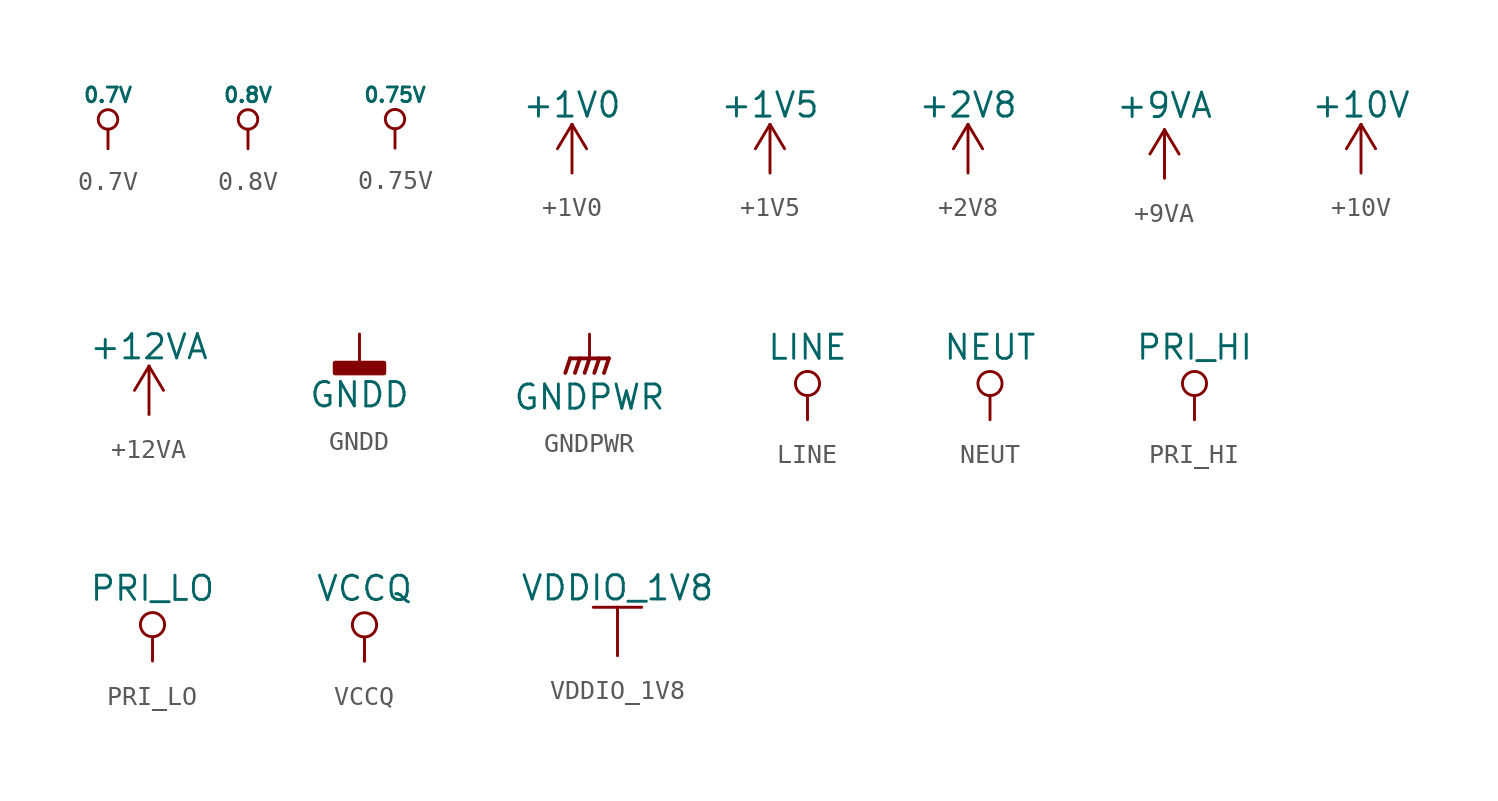
<source format=kicad_sym>
(kicad_symbol_lib
  (version 20220102)
  (generator kicad_symbol_editor)
  (symbol "0.7V"
    (power)
    (pin_names
      (offset 0))
    (property "Reference" "#PWR"
      (at 0 2.54 0)
      (effects (font (size 0.762 0.762)) hide))
    (property "Value" "0.7V"
      (at 0 2.794 0)
      (effects (font (size 0.762 0.762))))
    (symbol "0.7V_0_0"
      (pin power_in line (at 0 0 90) (length 0) hide (name "0.7V" (effects (font (size 1.016 1.016)))) (number "1" (effects (font (size 1.016 1.016))))))
    (symbol "0.7V_0_1"
      (polyline (pts (xy 0 0) (xy 0 1.016) (xy 0 1.016)) (stroke (width 0) (type default)) (fill (type none)))
      (circle (center 0 1.524) (radius 0.508) (stroke (width 0) (type default)) (fill (type none)))))
  (symbol "0.8V"
    (power)
    (pin_names
      (offset 0))
    (property "Reference" "#PWR"
      (at 0 2.54 0)
      (effects (font (size 0.762 0.762)) hide))
    (property "Value" "0.8V"
      (at 0 2.794 0)
      (effects (font (size 0.762 0.762))))
    (symbol "0.8V_0_0"
      (pin power_in line (at 0 0 90) (length 0) hide (name "0.8V" (effects (font (size 1.016 1.016)))) (number "1" (effects (font (size 1.016 1.016))))))
    (symbol "0.8V_0_1"
      (polyline (pts (xy 0 0) (xy 0 1.016) (xy 0 1.016)) (stroke (width 0) (type default)) (fill (type none)))
      (circle (center 0 1.524) (radius 0.508) (stroke (width 0) (type default)) (fill (type none)))))
  (symbol "0.75V"
    (power)
    (pin_names
      (offset 0))
    (property "Reference" "#PWR"
      (at 0 2.54 0)
      (effects (font (size 0.762 0.762)) hide))
    (property "Value" "0.75V"
      (at 0 2.794 0)
      (effects (font (size 0.762 0.762))))
    (symbol "0.75V_0_0"
      (pin power_in line (at 0 0 90) (length 0) hide (name "0.75V" (effects (font (size 1.016 1.016)))) (number "1" (effects (font (size 1.016 1.016))))))
    (symbol "0.75V_0_1"
      (polyline (pts (xy 0 0) (xy 0 1.016) (xy 0 1.016)) (stroke (width 0) (type default)) (fill (type none)))
      (circle (center 0 1.524) (radius 0.508) (stroke (width 0) (type default)) (fill (type none)))))
  (symbol "+1V0"
    (power)
    (pin_names
      (offset 0))
    (property "Reference" "#PWR"
      (at 0 -3.81 0)
      (effects (font (size 1.27 1.27)) hide))
    (property "Value" "+1V0"
      (at 0 3.556 0)
      (effects (font (size 1.27 1.27))))
    (symbol "+1V0_0_1"
      (polyline (pts (xy -0.762 1.27) (xy 0 2.54)) (stroke (width 0) (type default)) (fill (type none)))
      (polyline (pts (xy 0 0) (xy 0 2.54)) (stroke (width 0) (type default)) (fill (type none)))
      (polyline (pts (xy 0 2.54) (xy 0.762 1.27)) (stroke (width 0) (type default)) (fill (type none))))
    (symbol "+1V0_1_1"
      (pin power_in line (at 0 0 90) (length 0) hide (name "+1V0" (effects (font (size 1.27 1.27)))) (number "1" (effects (font (size 1.27 1.27)))))))
  (symbol "+1V5"
    (power)
    (pin_names
      (offset 0))
    (property "Reference" "#PWR"
      (at 0 -3.81 0)
      (effects (font (size 1.27 1.27)) hide))
    (property "Value" "+1V5"
      (at 0 3.556 0)
      (effects (font (size 1.27 1.27))))
    (symbol "+1V5_0_1"
      (polyline (pts (xy -0.762 1.27) (xy 0 2.54)) (stroke (width 0) (type default)) (fill (type none)))
      (polyline (pts (xy 0 0) (xy 0 2.54)) (stroke (width 0) (type default)) (fill (type none)))
      (polyline (pts (xy 0 2.54) (xy 0.762 1.27)) (stroke (width 0) (type default)) (fill (type none))))
    (symbol "+1V5_1_1"
      (pin power_in line (at 0 0 90) (length 0) hide (name "+1V5" (effects (font (size 1.27 1.27)))) (number "1" (effects (font (size 1.27 1.27)))))))
  (symbol "+2V8"
    (power)
    (pin_names
      (offset 0))
    (property "Reference" "#PWR"
      (at 0 -3.81 0)
      (effects (font (size 1.27 1.27)) hide))
    (property "Value" "+2V8"
      (at 0 3.556 0)
      (effects (font (size 1.27 1.27))))
    (symbol "+2V8_0_1"
      (polyline (pts (xy -0.762 1.27) (xy 0 2.54)) (stroke (width 0) (type default)) (fill (type none)))
      (polyline (pts (xy 0 0) (xy 0 2.54)) (stroke (width 0) (type default)) (fill (type none)))
      (polyline (pts (xy 0 2.54) (xy 0.762 1.27)) (stroke (width 0) (type default)) (fill (type none))))
    (symbol "+2V8_1_1"
      (pin power_in line (at 0 0 90) (length 0) hide (name "+2V8" (effects (font (size 1.27 1.27)))) (number "1" (effects (font (size 1.27 1.27)))))))
  (symbol "+9VA"
    (power)
    (pin_names
      (offset 0))
    (property "Reference" "#PWR"
      (at 0 -3.175 0)
      (effects (font (size 1.27 1.27)) hide))
    (property "Value" "+9VA"
      (at 0 3.81 0)
      (effects (font (size 1.27 1.27))))
    (symbol "+9VA_0_1"
      (polyline (pts (xy -0.762 1.27) (xy 0 2.54)) (stroke (width 0) (type default)) (fill (type none)))
      (polyline (pts (xy 0 0) (xy 0 2.54)) (stroke (width 0) (type default)) (fill (type none)))
      (polyline (pts (xy 0 2.54) (xy 0.762 1.27)) (stroke (width 0) (type default)) (fill (type none))))
    (symbol "+9VA_1_1"
      (pin power_in line (at 0 0 90) (length 0) hide (name "+9VA" (effects (font (size 1.27 1.27)))) (number "1" (effects (font (size 1.27 1.27)))))))
  (symbol "+10V"
    (power)
    (pin_names
      (offset 0))
    (property "Reference" "#PWR"
      (at 0 -3.81 0)
      (effects (font (size 1.27 1.27)) hide))
    (property "Value" "+10V"
      (at 0 3.556 0)
      (effects (font (size 1.27 1.27))))
    (symbol "+10V_0_1"
      (polyline (pts (xy -0.762 1.27) (xy 0 2.54)) (stroke (width 0) (type default)) (fill (type none)))
      (polyline (pts (xy 0 0) (xy 0 2.54)) (stroke (width 0) (type default)) (fill (type none)))
      (polyline (pts (xy 0 2.54) (xy 0.762 1.27)) (stroke (width 0) (type default)) (fill (type none))))
    (symbol "+10V_1_1"
      (pin power_in line (at 0 0 90) (length 0) hide (name "+10V" (effects (font (size 1.27 1.27)))) (number "1" (effects (font (size 1.27 1.27)))))))
  (symbol "+12VA"
    (power)
    (pin_names
      (offset 0))
    (property "Reference" "#PWR"
      (at 0 -3.81 0)
      (effects (font (size 1.27 1.27)) hide))
    (property "Value" "+12VA"
      (at 0 3.556 0)
      (effects (font (size 1.27 1.27))))
    (symbol "+12VA_0_1"
      (polyline (pts (xy -0.762 1.27) (xy 0 2.54)) (stroke (width 0) (type default)) (fill (type none)))
      (polyline (pts (xy 0 0) (xy 0 2.54)) (stroke (width 0) (type default)) (fill (type none)))
      (polyline (pts (xy 0 2.54) (xy 0.762 1.27)) (stroke (width 0) (type default)) (fill (type none))))
    (symbol "+12VA_1_1"
      (pin power_in line (at 0 0 90) (length 0) hide (name "+12VA" (effects (font (size 1.27 1.27)))) (number "1" (effects (font (size 1.27 1.27)))))))
  (symbol "GNDD"
    (power)
    (pin_names
      (offset 0))
    (property "Reference" "#PWR"
      (at 0 -6.35 0)
      (effects (font (size 1.27 1.27)) hide))
    (property "Value" "GNDD"
      (at 0 -3.175 0)
      (effects (font (size 1.27 1.27))))
    (symbol "GNDD_0_1"
      (rectangle (start -1.27 -1.524) (end 1.27 -2.032) (stroke (width 0.254) (type default)) (fill (type outline)))
      (polyline (pts (xy 0 0) (xy 0 -1.524)) (stroke (width 0) (type default)) (fill (type none))))
    (symbol "GNDD_1_1"
      (pin power_in line (at 0 0 270) (length 0) hide (name "GNDD" (effects (font (size 1.27 1.27)))) (number "1" (effects (font (size 1.27 1.27)))))))
  (symbol "GNDPWR"
    (power)
    (pin_names
      (offset 0))
    (property "Reference" "#PWR"
      (at 0 -5.08 0)
      (effects (font (size 1.27 1.27)) hide))
    (property "Value" "GNDPWR"
      (at 0 -3.302 0)
      (effects (font (size 1.27 1.27))))
    (symbol "GNDPWR_0_1"
      (polyline (pts (xy 0 -1.27) (xy 0 0)) (stroke (width 0) (type default)) (fill (type none)))
      (polyline (pts (xy -1.016 -1.27) (xy -1.27 -2.032) (xy -1.27 -2.032)) (stroke (width 0.203) (type default)) (fill (type none)))
      (polyline (pts (xy -0.508 -1.27) (xy -0.762 -2.032) (xy -0.762 -2.032)) (stroke (width 0.203) (type default)) (fill (type none)))
      (polyline (pts (xy 0 -1.27) (xy -0.254 -2.032) (xy -0.254 -2.032)) (stroke (width 0.203) (type default)) (fill (type none)))
      (polyline (pts (xy 0.508 -1.27) (xy 0.254 -2.032) (xy 0.254 -2.032)) (stroke (width 0.203) (type default)) (fill (type none)))
      (polyline (pts (xy 1.016 -1.27) (xy -1.016 -1.27) (xy -1.016 -1.27)) (stroke (width 0.203) (type default)) (fill (type none)))
      (polyline (pts (xy 1.016 -1.27) (xy 0.762 -2.032) (xy 0.762 -2.032) (xy 0.762 -2.032)) (stroke (width 0.203) (type default)) (fill (type none))))
    (symbol "GNDPWR_1_1"
      (pin power_in line (at 0 0 270) (length 0) hide (name "GNDPWR" (effects (font (size 1.27 1.27)))) (number "1" (effects (font (size 1.27 1.27)))))))
  (symbol "LINE"
    (power)
    (pin_names
      (offset 0))
    (property "Reference" "#PWR"
      (at 0 -3.81 0)
      (effects (font (size 1.27 1.27)) hide))
    (property "Value" "LINE"
      (at 0 3.81 0)
      (effects (font (size 1.27 1.27))))
    (symbol "LINE_0_1"
      (polyline (pts (xy 0 0) (xy 0 1.27)) (stroke (width 0) (type default)) (fill (type none)))
      (circle (center 0 1.905) (radius 0.635) (stroke (width 0) (type default)) (fill (type none))))
    (symbol "LINE_1_1"
      (pin power_in line (at 0 0 90) (length 0) hide (name "LINE" (effects (font (size 1.27 1.27)))) (number "1" (effects (font (size 1.27 1.27)))))))
  (symbol "NEUT"
    (power)
    (pin_names
      (offset 0))
    (property "Reference" "#PWR"
      (at 0 -3.81 0)
      (effects (font (size 1.27 1.27)) hide))
    (property "Value" "NEUT"
      (at 0 3.81 0)
      (effects (font (size 1.27 1.27))))
    (symbol "NEUT_0_1"
      (polyline (pts (xy 0 0) (xy 0 1.27)) (stroke (width 0) (type default)) (fill (type none)))
      (circle (center 0 1.905) (radius 0.635) (stroke (width 0) (type default)) (fill (type none))))
    (symbol "NEUT_1_1"
      (pin power_in line (at 0 0 90) (length 0) hide (name "NEUT" (effects (font (size 1.27 1.27)))) (number "1" (effects (font (size 1.27 1.27)))))))
  (symbol "PRI_HI"
    (power)
    (pin_names
      (offset 0))
    (property "Reference" "#PWR"
      (at 0 -3.81 0)
      (effects (font (size 1.27 1.27)) hide))
    (property "Value" "PRI_HI"
      (at 0 3.81 0)
      (effects (font (size 1.27 1.27))))
    (symbol "PRI_HI_0_1"
      (polyline (pts (xy 0 0) (xy 0 1.27)) (stroke (width 0) (type default)) (fill (type none)))
      (circle (center 0 1.905) (radius 0.635) (stroke (width 0) (type default)) (fill (type none))))
    (symbol "PRI_HI_1_1"
      (pin power_in line (at 0 0 90) (length 0) hide (name "PRI_HI" (effects (font (size 1.27 1.27)))) (number "1" (effects (font (size 1.27 1.27)))))))
  (symbol "PRI_LO"
    (power)
    (pin_names
      (offset 0))
    (property "Reference" "#PWR"
      (at 0 -3.81 0)
      (effects (font (size 1.27 1.27)) hide))
    (property "Value" "PRI_LO"
      (at 0 3.81 0)
      (effects (font (size 1.27 1.27))))
    (symbol "PRI_LO_0_1"
      (polyline (pts (xy 0 0) (xy 0 1.27)) (stroke (width 0) (type default)) (fill (type none)))
      (circle (center 0 1.905) (radius 0.635) (stroke (width 0) (type default)) (fill (type none))))
    (symbol "PRI_LO_1_1"
      (pin power_in line (at 0 0 90) (length 0) hide (name "PRI_LO" (effects (font (size 1.27 1.27)))) (number "1" (effects (font (size 1.27 1.27)))))))
  (symbol "VCCQ"
    (power)
    (pin_names
      (offset 0))
    (property "Reference" "#PWR"
      (at 0 -3.81 0)
      (effects (font (size 1.27 1.27)) hide))
    (property "Value" "VCCQ"
      (at 0 3.81 0)
      (effects (font (size 1.27 1.27))))
    (symbol "VCCQ_0_1"
      (polyline (pts (xy 0 0) (xy 0 1.27)) (stroke (width 0) (type default)) (fill (type none)))
      (circle (center 0 1.905) (radius 0.635) (stroke (width 0) (type default)) (fill (type none))))
    (symbol "VCCQ_1_1"
      (pin power_in line (at 0 0 90) (length 0) hide (name "VCCQ" (effects (font (size 1.27 1.27)))) (number "1" (effects (font (size 1.27 1.27)))))))
  (symbol "VDDIO_1V8"
    (power)
    (pin_names
      (offset 0))
    (property "Reference" "#PWR"
      (at 0 -3.81 0)
      (effects (font (size 1.27 1.27)) hide))
    (property "Value" "VDDIO_1V8"
      (at 0 3.556 0)
      (effects (font (size 1.27 1.27))))
    (symbol "VDDIO_1V8_0_1"
      (polyline (pts (xy -1.27 2.54) (xy 0 2.54)) (stroke (width 0) (type default)) (fill (type none)))
      (polyline (pts (xy 0 0) (xy 0 2.54)) (stroke (width 0) (type default)) (fill (type none)))
      (polyline (pts (xy 0 2.54) (xy 1.27 2.54)) (stroke (width 0) (type default)) (fill (type none))))
    (symbol "VDDIO_1V8_1_1"
      (pin power_in line (at 0 0 90) (length 0) hide (name "VDDIO_1V8" (effects (font (size 1.27 1.27)))) (number "1" (effects (font (size 1.27 1.27))))))))
</source>
